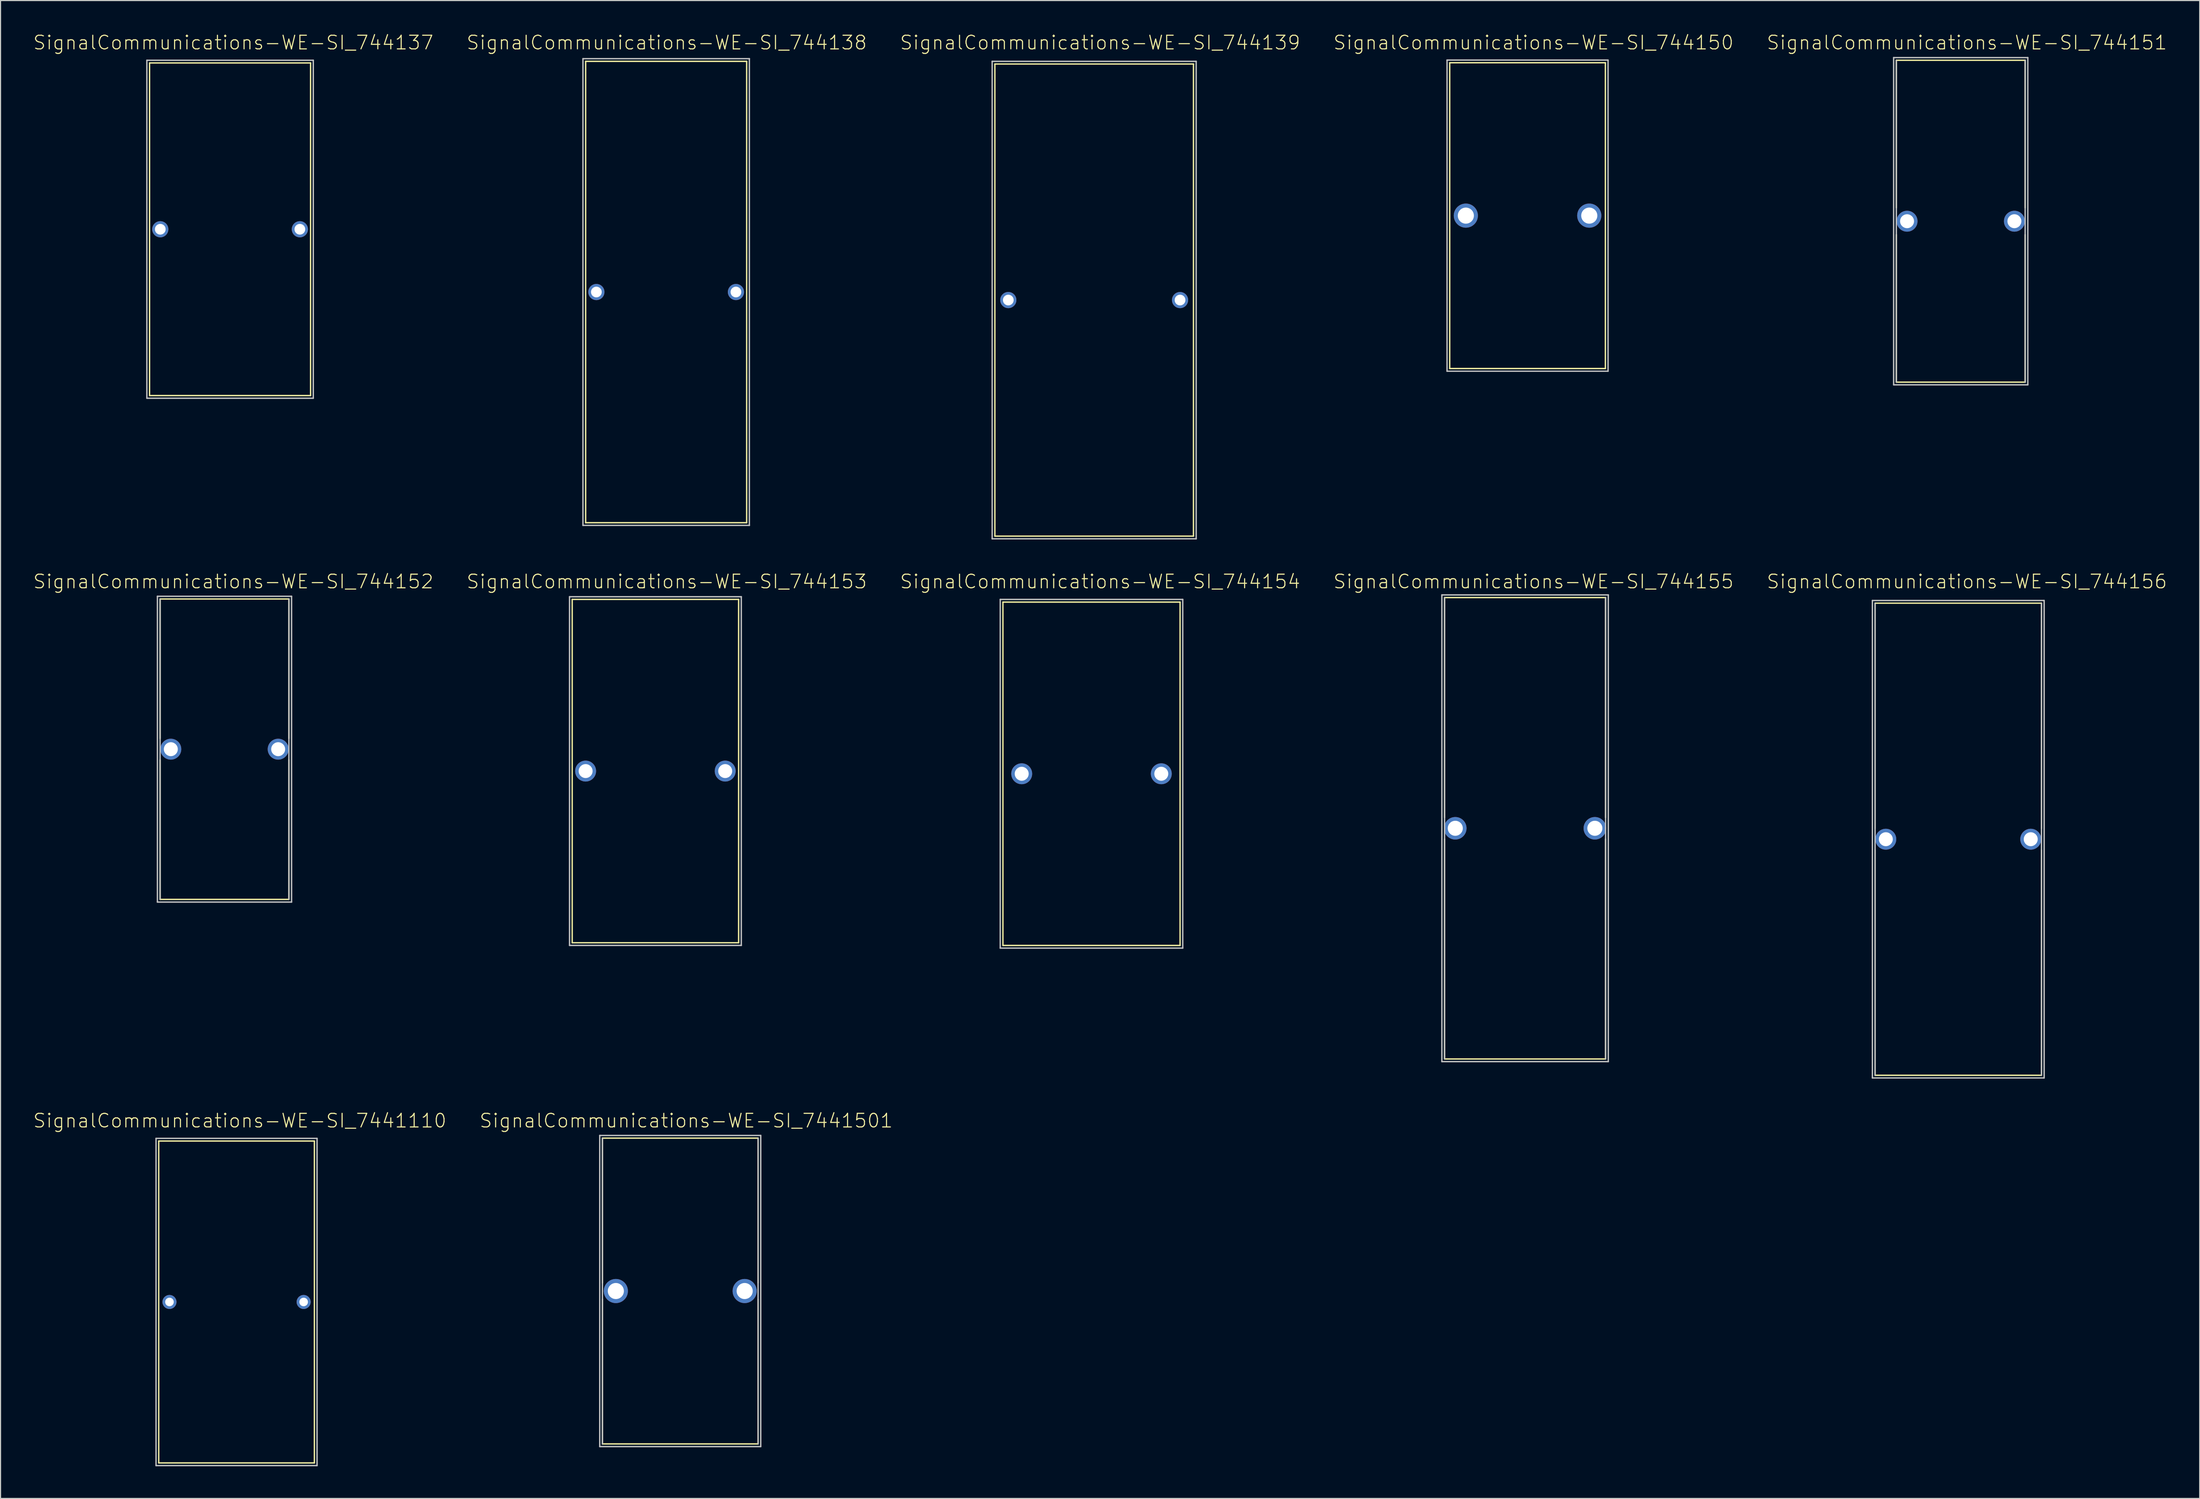
<source format=kicad_pcb>
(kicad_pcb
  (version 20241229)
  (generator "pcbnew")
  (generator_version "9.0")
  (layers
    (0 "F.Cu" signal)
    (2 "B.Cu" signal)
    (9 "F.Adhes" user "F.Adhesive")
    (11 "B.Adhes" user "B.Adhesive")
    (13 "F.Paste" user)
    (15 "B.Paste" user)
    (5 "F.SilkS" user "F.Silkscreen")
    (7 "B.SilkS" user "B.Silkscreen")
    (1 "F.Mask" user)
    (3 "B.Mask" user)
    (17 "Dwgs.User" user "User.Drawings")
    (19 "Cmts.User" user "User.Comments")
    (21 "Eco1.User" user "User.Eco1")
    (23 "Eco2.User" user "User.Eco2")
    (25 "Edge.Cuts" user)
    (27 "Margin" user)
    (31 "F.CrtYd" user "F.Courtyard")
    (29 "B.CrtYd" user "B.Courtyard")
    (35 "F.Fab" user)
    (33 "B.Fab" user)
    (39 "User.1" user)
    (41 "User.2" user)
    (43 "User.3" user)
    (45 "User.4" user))
  (footprint "SignalCommunications-WE-SI_744138"
    (layer "F.Cu")
    (at 58.994 24.165)
    (property "Reference" "SignalCommunications-WE-SI_744138" (at 0.053 -23.244 0) (layer "F.SilkS") (effects (font (size 1.27 1.27) (thickness 0.102))))
    (attr exclude_from_pos_files exclude_from_bom)
    (fp_line (start -7.498 -21.499) (end -7.498 21.499) (stroke (width 0.127) (type solid)) (layer "F.SilkS"))
    (fp_line (start -7.498 21.499) (end 7.498 21.499) (stroke (width 0.127) (type solid)) (layer "F.SilkS"))
    (fp_line (start 7.498 -21.499) (end -7.498 -21.499) (stroke (width 0.127) (type solid)) (layer "F.SilkS"))
    (fp_line (start 7.498 21.499) (end 7.498 -21.499) (stroke (width 0.127) (type solid)) (layer "F.SilkS"))
    (fp_line (start -7.75 -21.747) (end -7.75 21.747) (stroke (width 0.127) (type solid)) (layer "Dwgs.User"))
    (fp_line (start -7.75 21.747) (end 7.75 21.747) (stroke (width 0.127) (type solid)) (layer "Dwgs.User"))
    (fp_line (start 7.75 -21.747) (end -7.75 -21.747) (stroke (width 0.127) (type solid)) (layer "Dwgs.User"))
    (fp_line (start 7.75 21.747) (end 7.75 -21.747) (stroke (width 0.127) (type solid)) (layer "Dwgs.User"))
    (pad "1" thru_hole circle (at -6.5 0) (size 1.506 1.506) (drill 0.998) (layers "*.Cu" "*.Paste" "*.Mask"))
    (pad "2" thru_hole circle (at 6.5 0) (size 1.506 1.506) (drill 0.998) (layers "*.Cu" "*.Paste" "*.Mask")))
  (footprint "SignalCommunications-WE-SI_744151"
    (layer "F.Cu")
    (at 179.567 17.566)
    (property "Reference" "SignalCommunications-WE-SI_744151" (at 0.574 -16.645 0) (layer "F.SilkS") (effects (font (size 1.27 1.27) (thickness 0.102))))
    (attr exclude_from_pos_files exclude_from_bom)
    (fp_line (start -5.999 -1.25) (end -5.999 -14.999) (stroke (width 0.127) (type solid)) (layer "F.SilkS"))
    (fp_line (start -5.999 1.25) (end -5.999 14.999) (stroke (width 0.127) (type solid)) (layer "F.SilkS"))
    (fp_line (start -5.999 14.999) (end 5.999 14.999) (stroke (width 0.127) (type solid)) (layer "F.SilkS"))
    (fp_line (start 5.999 -14.999) (end -5.999 -14.999) (stroke (width 0.127) (type solid)) (layer "F.SilkS"))
    (fp_line (start 5.999 -1.25) (end 5.999 -14.999) (stroke (width 0.127) (type solid)) (layer "F.SilkS"))
    (fp_line (start 5.999 1.25) (end 5.999 14.999) (stroke (width 0.127) (type solid)) (layer "F.SilkS"))
    (fp_line (start -6.248 -15.248) (end -6.248 15.248) (stroke (width 0.127) (type solid)) (layer "Dwgs.User"))
    (fp_line (start -6.248 15.248) (end 6.248 15.248) (stroke (width 0.127) (type solid)) (layer "Dwgs.User"))
    (fp_line (start -5.999 -14.999) (end -5.999 14.999) (stroke (width 0.127) (type solid)) (layer "Dwgs.User"))
    (fp_line (start 5.999 14.999) (end 5.999 -14.999) (stroke (width 0.127) (type solid)) (layer "Dwgs.User"))
    (fp_line (start 6.248 -15.248) (end -6.248 -15.248) (stroke (width 0.127) (type solid)) (layer "Dwgs.User"))
    (fp_line (start 6.248 15.248) (end 6.248 -15.248) (stroke (width 0.127) (type solid)) (layer "Dwgs.User"))
    (pad "1" thru_hole circle (at -4.999 0) (size 1.948 1.948) (drill 1.298) (layers "*.Cu" "*.Paste" "*.Mask"))
    (pad "2" thru_hole circle (at 4.999 0) (size 1.948 1.948) (drill 1.298) (layers "*.Cu" "*.Paste" "*.Mask")))
  (footprint "SignalCommunications-WE-SI_744154"
    (layer "F.Cu")
    (at 98.609 69.061)
    (property "Reference" "SignalCommunications-WE-SI_744154" (at 0.803 -17.915 0) (layer "F.SilkS") (effects (font (size 1.27 1.27) (thickness 0.102))))
    (attr exclude_from_pos_files exclude_from_bom)
    (fp_line (start -8.25 -15.999) (end -8.25 15.999) (stroke (width 0.127) (type solid)) (layer "F.SilkS"))
    (fp_line (start -8.25 15.999) (end 8.25 15.999) (stroke (width 0.127) (type solid)) (layer "F.SilkS"))
    (fp_line (start 8.25 -15.999) (end -8.25 -15.999) (stroke (width 0.127) (type solid)) (layer "F.SilkS"))
    (fp_line (start 8.25 15.999) (end 8.25 -15.999) (stroke (width 0.127) (type solid)) (layer "F.SilkS"))
    (fp_line (start -8.499 -16.248) (end -8.499 16.248) (stroke (width 0.127) (type solid)) (layer "Dwgs.User"))
    (fp_line (start -8.499 16.248) (end 8.499 16.248) (stroke (width 0.127) (type solid)) (layer "Dwgs.User"))
    (fp_line (start 8.499 -16.248) (end -8.499 -16.248) (stroke (width 0.127) (type solid)) (layer "Dwgs.User"))
    (fp_line (start 8.499 16.248) (end 8.499 -16.248) (stroke (width 0.127) (type solid)) (layer "Dwgs.User"))
    (pad "1" thru_hole circle (at -6.5 0) (size 1.948 1.948) (drill 1.298) (layers "*.Cu" "*.Paste" "*.Mask"))
    (pad "2" thru_hole circle (at 6.5 0) (size 1.948 1.948) (drill 1.298) (layers "*.Cu" "*.Paste" "*.Mask")))
  (footprint "SignalCommunications-WE-SI_744150"
    (layer "F.Cu")
    (at 139.222 17.045)
    (property "Reference" "SignalCommunications-WE-SI_744150" (at 0.554 -16.124 0) (layer "F.SilkS") (effects (font (size 1.27 1.27) (thickness 0.102))))
    (attr exclude_from_pos_files exclude_from_bom)
    (fp_line (start -7.249 -14.249) (end -7.249 14.249) (stroke (width 0.127) (type solid)) (layer "F.SilkS"))
    (fp_line (start -7.249 14.249) (end 7.249 14.249) (stroke (width 0.127) (type solid)) (layer "F.SilkS"))
    (fp_line (start 7.249 -14.249) (end -7.249 -14.249) (stroke (width 0.127) (type solid)) (layer "F.SilkS"))
    (fp_line (start 7.249 14.249) (end 7.249 -14.249) (stroke (width 0.127) (type solid)) (layer "F.SilkS"))
    (fp_line (start -7.498 -14.498) (end -7.498 14.498) (stroke (width 0.127) (type solid)) (layer "Dwgs.User"))
    (fp_line (start -7.498 14.498) (end 7.498 14.498) (stroke (width 0.127) (type solid)) (layer "Dwgs.User"))
    (fp_line (start 7.498 -14.498) (end -7.498 -14.498) (stroke (width 0.127) (type solid)) (layer "Dwgs.User"))
    (fp_line (start 7.498 14.498) (end 7.498 -14.498) (stroke (width 0.127) (type solid)) (layer "Dwgs.User"))
    (pad "1" thru_hole circle (at -5.748 0) (size 2.248 2.248) (drill 1.499) (layers "*.Cu" "*.Paste" "*.Mask"))
    (pad "2" thru_hole circle (at 5.748 0) (size 2.248 2.248) (drill 1.499) (layers "*.Cu" "*.Paste" "*.Mask")))
  (footprint "SignalCommunications-WE-SI_7441501"
    (layer "F.Cu")
    (at 60.307 117.267)
    (property "Reference" "SignalCommunications-WE-SI_7441501" (at 0.554 -15.875 0) (layer "F.SilkS") (effects (font (size 1.27 1.27) (thickness 0.102))))
    (attr exclude_from_pos_files exclude_from_bom)
    (fp_line (start -7.249 -0.749) (end -7.249 -14.249) (stroke (width 0.127) (type solid)) (layer "F.SilkS"))
    (fp_line (start -7.249 0.749) (end -7.249 14.249) (stroke (width 0.127) (type solid)) (layer "F.SilkS"))
    (fp_line (start -7.249 14.249) (end 7.249 14.249) (stroke (width 0.127) (type solid)) (layer "F.SilkS"))
    (fp_line (start 7.249 -14.249) (end -7.249 -14.249) (stroke (width 0.127) (type solid)) (layer "F.SilkS"))
    (fp_line (start 7.249 -0.749) (end 7.249 -14.249) (stroke (width 0.127) (type solid)) (layer "F.SilkS"))
    (fp_line (start 7.249 0.749) (end 7.249 14.249) (stroke (width 0.127) (type solid)) (layer "F.SilkS"))
    (fp_line (start -7.498 -14.498) (end -7.498 14.498) (stroke (width 0.127) (type solid)) (layer "Dwgs.User"))
    (fp_line (start -7.498 14.498) (end 7.498 14.498) (stroke (width 0.127) (type solid)) (layer "Dwgs.User"))
    (fp_line (start -7.249 -14.249) (end -7.249 14.249) (stroke (width 0.127) (type solid)) (layer "Dwgs.User"))
    (fp_line (start 7.249 14.249) (end 7.249 -14.249) (stroke (width 0.127) (type solid)) (layer "Dwgs.User"))
    (fp_line (start 7.498 -14.498) (end -7.498 -14.498) (stroke (width 0.127) (type solid)) (layer "Dwgs.User"))
    (fp_line (start 7.498 14.498) (end 7.498 -14.498) (stroke (width 0.127) (type solid)) (layer "Dwgs.User"))
    (pad "1" thru_hole circle (at -5.999 0) (size 2.248 2.248) (drill 1.499) (layers "*.Cu" "*.Paste" "*.Mask"))
    (pad "2" thru_hole circle (at 5.999 0) (size 2.248 2.248) (drill 1.499) (layers "*.Cu" "*.Paste" "*.Mask")))
  (footprint "SignalCommunications-WE-SI_7441110"
    (layer "F.Cu")
    (at 18.982 118.286)
    (property "Reference" "SignalCommunications-WE-SI_7441110" (at 0.305 -16.894 0) (layer "F.SilkS") (effects (font (size 1.27 1.27) (thickness 0.102))))
    (attr exclude_from_pos_files exclude_from_bom)
    (fp_line (start -7.249 -14.999) (end -7.249 14.999) (stroke (width 0.127) (type solid)) (layer "F.SilkS"))
    (fp_line (start -7.249 14.999) (end 7.249 14.999) (stroke (width 0.127) (type solid)) (layer "F.SilkS"))
    (fp_line (start 7.249 -14.999) (end -7.249 -14.999) (stroke (width 0.127) (type solid)) (layer "F.SilkS"))
    (fp_line (start 7.249 14.999) (end 7.249 -14.999) (stroke (width 0.127) (type solid)) (layer "F.SilkS"))
    (fp_line (start -7.498 -15.248) (end -7.498 15.248) (stroke (width 0.127) (type solid)) (layer "Dwgs.User"))
    (fp_line (start -7.498 15.248) (end 7.498 15.248) (stroke (width 0.127) (type solid)) (layer "Dwgs.User"))
    (fp_line (start 7.498 -15.248) (end -7.498 -15.248) (stroke (width 0.127) (type solid)) (layer "Dwgs.User"))
    (fp_line (start 7.498 15.248) (end 7.498 -15.248) (stroke (width 0.127) (type solid)) (layer "Dwgs.User"))
    (pad "1" thru_hole circle (at -6.248 0) (size 1.306 1.306) (drill 0.798) (layers "*.Cu" "*.Paste" "*.Mask"))
    (pad "2" thru_hole circle (at 6.248 0) (size 1.306 1.306) (drill 0.798) (layers "*.Cu" "*.Paste" "*.Mask")))
  (footprint "SignalCommunications-WE-SI_744139"
    (layer "F.Cu")
    (at 98.858 24.914)
    (property "Reference" "SignalCommunications-WE-SI_744139" (at 0.554 -23.993 0) (layer "F.SilkS") (effects (font (size 1.27 1.27) (thickness 0.102))))
    (attr exclude_from_pos_files exclude_from_bom)
    (fp_line (start -9.248 -21.999) (end -9.248 21.999) (stroke (width 0.127) (type solid)) (layer "F.SilkS"))
    (fp_line (start -9.248 21.999) (end 9.248 21.999) (stroke (width 0.127) (type solid)) (layer "F.SilkS"))
    (fp_line (start 9.248 -21.999) (end -9.248 -21.999) (stroke (width 0.127) (type solid)) (layer "F.SilkS"))
    (fp_line (start 9.248 21.999) (end 9.248 -21.999) (stroke (width 0.127) (type solid)) (layer "F.SilkS"))
    (fp_line (start -9.5 -22.248) (end -9.5 22.248) (stroke (width 0.127) (type solid)) (layer "Dwgs.User"))
    (fp_line (start -9.5 22.248) (end 9.5 22.248) (stroke (width 0.127) (type solid)) (layer "Dwgs.User"))
    (fp_line (start 9.5 -22.248) (end -9.5 -22.248) (stroke (width 0.127) (type solid)) (layer "Dwgs.User"))
    (fp_line (start 9.5 22.248) (end 9.5 -22.248) (stroke (width 0.127) (type solid)) (layer "Dwgs.User"))
    (pad "1" thru_hole circle (at -7.998 0) (size 1.506 1.506) (drill 0.998) (layers "*.Cu" "*.Paste" "*.Mask"))
    (pad "2" thru_hole circle (at 7.998 0) (size 1.506 1.506) (drill 0.998) (layers "*.Cu" "*.Paste" "*.Mask")))
  (footprint "SignalCommunications-WE-SI_744153"
    (layer "F.Cu")
    (at 57.993 68.81)
    (property "Reference" "SignalCommunications-WE-SI_744153" (at 1.054 -17.663 0) (layer "F.SilkS") (effects (font (size 1.27 1.27) (thickness 0.102))))
    (attr exclude_from_pos_files exclude_from_bom)
    (fp_line (start -7.75 -15.999) (end -7.75 15.999) (stroke (width 0.127) (type solid)) (layer "F.SilkS"))
    (fp_line (start -7.75 15.999) (end 7.75 15.999) (stroke (width 0.127) (type solid)) (layer "F.SilkS"))
    (fp_line (start 7.75 -15.999) (end -7.75 -15.999) (stroke (width 0.127) (type solid)) (layer "F.SilkS"))
    (fp_line (start 7.75 15.999) (end 7.75 -15.999) (stroke (width 0.127) (type solid)) (layer "F.SilkS"))
    (fp_line (start -7.998 -16.248) (end -7.998 16.248) (stroke (width 0.127) (type solid)) (layer "Dwgs.User"))
    (fp_line (start -7.998 16.248) (end 7.998 16.248) (stroke (width 0.127) (type solid)) (layer "Dwgs.User"))
    (fp_line (start 7.998 -16.248) (end -7.998 -16.248) (stroke (width 0.127) (type solid)) (layer "Dwgs.User"))
    (fp_line (start 7.998 16.248) (end 7.998 -16.248) (stroke (width 0.127) (type solid)) (layer "Dwgs.User"))
    (pad "1" thru_hole circle (at -6.5 0) (size 1.948 1.948) (drill 1.298) (layers "*.Cu" "*.Paste" "*.Mask"))
    (pad "2" thru_hole circle (at 6.5 0) (size 1.948 1.948) (drill 1.298) (layers "*.Cu" "*.Paste" "*.Mask")))
  (footprint "SignalCommunications-WE-SI_744137"
    (layer "F.Cu")
    (at 18.378 18.315)
    (property "Reference" "SignalCommunications-WE-SI_744137" (at 0.305 -17.394 0) (layer "F.SilkS") (effects (font (size 1.27 1.27) (thickness 0.102))))
    (attr exclude_from_pos_files exclude_from_bom)
    (fp_line (start -7.498 -15.499) (end -7.498 15.499) (stroke (width 0.127) (type solid)) (layer "F.SilkS"))
    (fp_line (start -7.498 15.499) (end 7.498 15.499) (stroke (width 0.127) (type solid)) (layer "F.SilkS"))
    (fp_line (start 7.498 -15.499) (end -7.498 -15.499) (stroke (width 0.127) (type solid)) (layer "F.SilkS"))
    (fp_line (start 7.498 15.499) (end 7.498 -15.499) (stroke (width 0.127) (type solid)) (layer "F.SilkS"))
    (fp_line (start -7.75 -15.748) (end -7.75 15.748) (stroke (width 0.127) (type solid)) (layer "Dwgs.User"))
    (fp_line (start -7.75 15.748) (end 7.75 15.748) (stroke (width 0.127) (type solid)) (layer "Dwgs.User"))
    (fp_line (start 7.75 -15.748) (end -7.75 -15.748) (stroke (width 0.127) (type solid)) (layer "Dwgs.User"))
    (fp_line (start 7.75 15.748) (end 7.75 -15.748) (stroke (width 0.127) (type solid)) (layer "Dwgs.User"))
    (pad "1" thru_hole circle (at -6.5 0) (size 1.506 1.506) (drill 0.998) (layers "*.Cu" "*.Paste" "*.Mask"))
    (pad "2" thru_hole circle (at 6.5 0) (size 1.506 1.506) (drill 0.998) (layers "*.Cu" "*.Paste" "*.Mask")))
  (footprint "SignalCommunications-WE-SI_744156"
    (layer "F.Cu")
    (at 179.338 75.16)
    (property "Reference" "SignalCommunications-WE-SI_744156" (at 0.803 -24.013 0) (layer "F.SilkS") (effects (font (size 1.27 1.27) (thickness 0.102))))
    (attr exclude_from_pos_files exclude_from_bom)
    (fp_line (start -7.75 -0.998) (end -7.75 -21.999) (stroke (width 0.127) (type solid)) (layer "F.SilkS"))
    (fp_line (start -7.75 0.998) (end -7.75 21.999) (stroke (width 0.127) (type solid)) (layer "F.SilkS"))
    (fp_line (start -7.75 21.999) (end 7.75 21.999) (stroke (width 0.127) (type solid)) (layer "F.SilkS"))
    (fp_line (start 7.75 -21.999) (end -7.75 -21.999) (stroke (width 0.127) (type solid)) (layer "F.SilkS"))
    (fp_line (start 7.75 -0.998) (end 7.75 -21.999) (stroke (width 0.127) (type solid)) (layer "F.SilkS"))
    (fp_line (start 7.75 0.998) (end 7.75 21.999) (stroke (width 0.127) (type solid)) (layer "F.SilkS"))
    (fp_line (start -7.998 -22.248) (end -7.998 22.248) (stroke (width 0.127) (type solid)) (layer "Dwgs.User"))
    (fp_line (start -7.998 22.248) (end 7.998 22.248) (stroke (width 0.127) (type solid)) (layer "Dwgs.User"))
    (fp_line (start -7.75 -21.999) (end -7.75 21.999) (stroke (width 0.127) (type solid)) (layer "Dwgs.User"))
    (fp_line (start 7.75 21.999) (end 7.75 -21.999) (stroke (width 0.127) (type solid)) (layer "Dwgs.User"))
    (fp_line (start 7.998 -22.248) (end -7.998 -22.248) (stroke (width 0.127) (type solid)) (layer "Dwgs.User"))
    (fp_line (start 7.998 22.248) (end 7.998 -22.248) (stroke (width 0.127) (type solid)) (layer "Dwgs.User"))
    (pad "1" thru_hole circle (at -6.749 0) (size 1.948 1.948) (drill 1.298) (layers "*.Cu" "*.Paste" "*.Mask"))
    (pad "2" thru_hole circle (at 6.749 0) (size 1.948 1.948) (drill 1.298) (layers "*.Cu" "*.Paste" "*.Mask")))
  (footprint "SignalCommunications-WE-SI_744155"
    (layer "F.Cu")
    (at 138.991 74.141)
    (property "Reference" "SignalCommunications-WE-SI_744155" (at 0.785 -22.995 0) (layer "F.SilkS") (effects (font (size 1.27 1.27) (thickness 0.102))))
    (attr exclude_from_pos_files exclude_from_bom)
    (fp_line (start -7.498 -0.998) (end -7.498 -21.499) (stroke (width 0.127) (type solid)) (layer "F.SilkS"))
    (fp_line (start -7.498 0.998) (end -7.498 21.499) (stroke (width 0.127) (type solid)) (layer "F.SilkS"))
    (fp_line (start -7.498 21.499) (end 7.498 21.499) (stroke (width 0.127) (type solid)) (layer "F.SilkS"))
    (fp_line (start 7.498 -21.499) (end -7.498 -21.499) (stroke (width 0.127) (type solid)) (layer "F.SilkS"))
    (fp_line (start 7.498 -0.998) (end 7.498 -21.499) (stroke (width 0.127) (type solid)) (layer "F.SilkS"))
    (fp_line (start 7.498 0.998) (end 7.498 21.499) (stroke (width 0.127) (type solid)) (layer "F.SilkS"))
    (fp_line (start -7.75 -21.747) (end -7.75 21.747) (stroke (width 0.127) (type solid)) (layer "Dwgs.User"))
    (fp_line (start -7.75 21.747) (end 7.75 21.747) (stroke (width 0.127) (type solid)) (layer "Dwgs.User"))
    (fp_line (start -7.498 -21.499) (end -7.498 21.499) (stroke (width 0.127) (type solid)) (layer "Dwgs.User"))
    (fp_line (start 7.498 21.499) (end 7.498 -21.499) (stroke (width 0.127) (type solid)) (layer "Dwgs.User"))
    (fp_line (start 7.75 -21.747) (end -7.75 -21.747) (stroke (width 0.127) (type solid)) (layer "Dwgs.User"))
    (fp_line (start 7.75 21.747) (end 7.75 -21.747) (stroke (width 0.127) (type solid)) (layer "Dwgs.User"))
    (pad "1" thru_hole circle (at -6.5 0) (size 2.098 2.098) (drill 1.4) (layers "*.Cu" "*.Paste" "*.Mask"))
    (pad "2" thru_hole circle (at 6.5 0) (size 2.098 2.098) (drill 1.4) (layers "*.Cu" "*.Paste" "*.Mask")))
  (footprint "SignalCommunications-WE-SI_744152"
    (layer "F.Cu")
    (at 17.859 66.77)
    (property "Reference" "SignalCommunications-WE-SI_744152" (at 0.823 -15.624 0) (layer "F.SilkS") (effects (font (size 1.27 1.27) (thickness 0.102))))
    (attr exclude_from_pos_files exclude_from_bom)
    (fp_line (start -5.999 -0.998) (end -5.999 -13.998) (stroke (width 0.127) (type solid)) (layer "F.SilkS"))
    (fp_line (start -5.999 0.998) (end -5.999 13.998) (stroke (width 0.127) (type solid)) (layer "F.SilkS"))
    (fp_line (start -5.999 13.998) (end 5.999 13.998) (stroke (width 0.127) (type solid)) (layer "F.SilkS"))
    (fp_line (start 5.999 -13.998) (end -5.999 -13.998) (stroke (width 0.127) (type solid)) (layer "F.SilkS"))
    (fp_line (start 5.999 -0.998) (end 5.999 -13.998) (stroke (width 0.127) (type solid)) (layer "F.SilkS"))
    (fp_line (start 5.999 0.998) (end 5.999 13.998) (stroke (width 0.127) (type solid)) (layer "F.SilkS"))
    (fp_line (start -6.248 -14.249) (end -6.248 14.249) (stroke (width 0.127) (type solid)) (layer "Dwgs.User"))
    (fp_line (start -6.248 14.249) (end 6.248 14.249) (stroke (width 0.127) (type solid)) (layer "Dwgs.User"))
    (fp_line (start -5.999 -13.998) (end -5.999 13.998) (stroke (width 0.127) (type solid)) (layer "Dwgs.User"))
    (fp_line (start 5.999 13.998) (end 5.999 -13.998) (stroke (width 0.127) (type solid)) (layer "Dwgs.User"))
    (fp_line (start 6.248 -14.249) (end -6.248 -14.249) (stroke (width 0.127) (type solid)) (layer "Dwgs.User"))
    (fp_line (start 6.248 14.249) (end 6.248 -14.249) (stroke (width 0.127) (type solid)) (layer "Dwgs.User"))
    (pad "1" thru_hole circle (at -4.999 0) (size 1.948 1.948) (drill 1.298) (layers "*.Cu" "*.Paste" "*.Mask"))
    (pad "2" thru_hole circle (at 4.999 0) (size 1.948 1.948) (drill 1.298) (layers "*.Cu" "*.Paste" "*.Mask")))
  (gr_rect
    (start -3 -3)
    (end 201.823 136.597)
    (stroke (width 0.1) (type default))
    (fill no)
    (layer "Edge.Cuts")))
</source>
